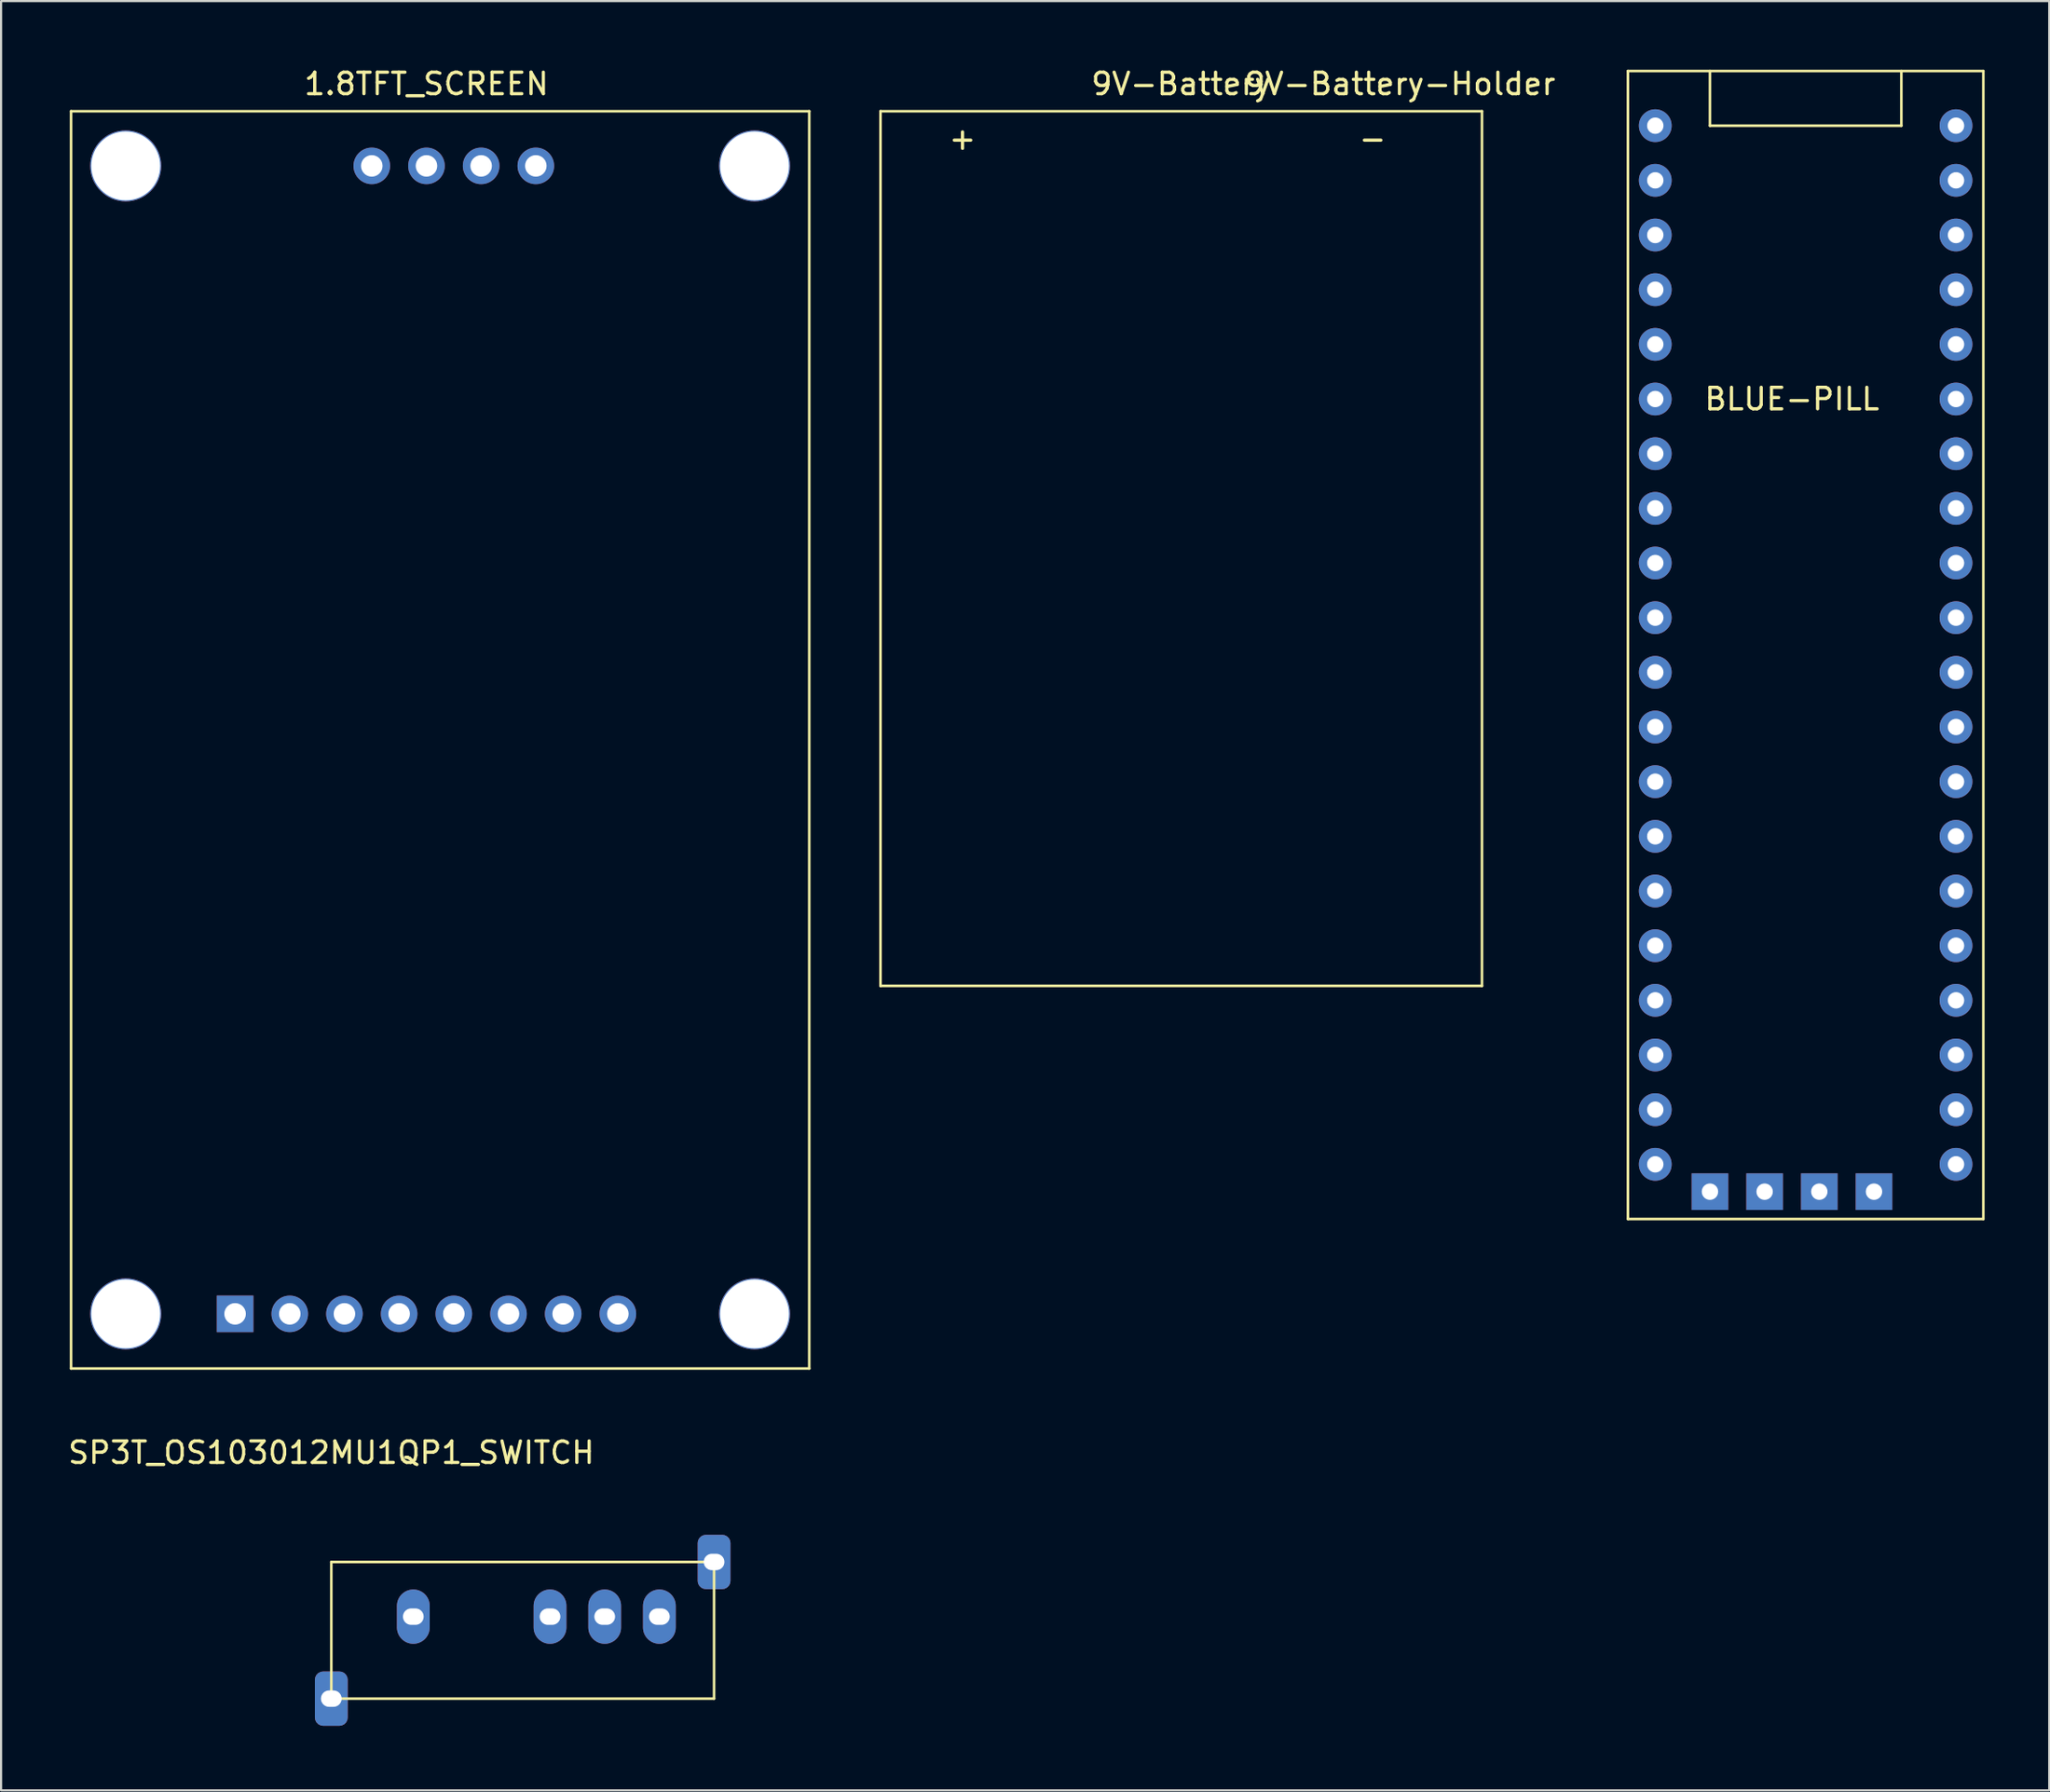
<source format=kicad_pcb>
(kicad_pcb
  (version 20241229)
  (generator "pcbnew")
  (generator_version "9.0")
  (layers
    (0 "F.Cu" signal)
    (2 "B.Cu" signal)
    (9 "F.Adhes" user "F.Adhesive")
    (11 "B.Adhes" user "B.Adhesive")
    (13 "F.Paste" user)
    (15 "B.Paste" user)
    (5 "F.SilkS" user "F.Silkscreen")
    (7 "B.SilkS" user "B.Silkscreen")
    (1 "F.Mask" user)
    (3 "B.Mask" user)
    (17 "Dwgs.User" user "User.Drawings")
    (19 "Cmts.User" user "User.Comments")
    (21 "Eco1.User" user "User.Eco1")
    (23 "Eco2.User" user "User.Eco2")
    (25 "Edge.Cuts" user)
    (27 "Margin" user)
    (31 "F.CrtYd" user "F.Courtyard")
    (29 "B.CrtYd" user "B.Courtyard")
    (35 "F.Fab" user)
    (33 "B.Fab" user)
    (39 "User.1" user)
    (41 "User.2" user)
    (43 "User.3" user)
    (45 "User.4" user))
  (footprint "SP3T_OS103012MU1QP1_SWITCH"
    (layer "F.Cu")
    (at 12.339 69.526)
    (property "Reference" "SP3T_OS103012MU1QP1_SWITCH" (at 0 -5.08 0) (layer "F.SilkS") (effects (font (size 1 1) (thickness 0.15))))
    (attr through_hole)
    (fp_line (start 0 0) (end 17.78 0) (stroke (width 0.12) (type solid)) (layer "F.SilkS"))
    (fp_line (start 0 6.35) (end 0 0) (stroke (width 0.12) (type solid)) (layer "F.SilkS"))
    (fp_line (start 17.78 0) (end 17.78 6.35) (stroke (width 0.12) (type solid)) (layer "F.SilkS"))
    (fp_line (start 17.78 6.35) (end 0 6.35) (stroke (width 0.12) (type solid)) (layer "F.SilkS"))
    (pad "" np_thru_hole roundrect (at 0 6.35) (size 1.524 2.524) (drill oval 0.962 0.762) (layers "*.Cu" "*.Mask") (roundrect_rratio 0.25))
    (pad "" np_thru_hole roundrect (at 17.78 0) (size 1.524 2.524) (drill oval 0.962 0.762) (layers "*.Cu" "*.Mask") (roundrect_rratio 0.25))
    (pad "1" thru_hole oval (at 10.16 2.54) (size 1.524 2.524) (drill oval 0.962 0.762) (layers "*.Cu" "*.Mask"))
    (pad "2" thru_hole oval (at 12.7 2.54) (size 1.524 2.524) (drill oval 0.962 0.762) (layers "*.Cu" "*.Mask"))
    (pad "3" thru_hole oval (at 3.81 2.54) (size 1.524 2.524) (drill oval 0.962 0.762) (layers "*.Cu" "*.Mask"))
    (pad "4" thru_hole oval (at 15.24 2.54) (size 1.524 2.524) (drill oval 0.962 0.762) (layers "*.Cu" "*.Mask")))
  (footprint "BLUE-PILL"
    (layer "F.Cu")
    (at 72.569 0.25)
    (property "Reference" "BLUE-PILL" (at 7.62 15.24 0) (layer "F.SilkS") (effects (font (size 1 1) (thickness 0.15))))
    (attr through_hole)
    (fp_line (start 0 0) (end 16.51 0) (stroke (width 0.12) (type solid)) (layer "F.SilkS"))
    (fp_line (start 0 53.34) (end 0 0) (stroke (width 0.12) (type solid)) (layer "F.SilkS"))
    (fp_line (start 3.81 2.54) (end 3.81 0) (stroke (width 0.12) (type solid)) (layer "F.SilkS"))
    (fp_line (start 12.7 0) (end 12.7 2.54) (stroke (width 0.12) (type solid)) (layer "F.SilkS"))
    (fp_line (start 12.7 2.54) (end 3.81 2.54) (stroke (width 0.12) (type solid)) (layer "F.SilkS"))
    (fp_line (start 16.51 0) (end 16.51 53.34) (stroke (width 0.12) (type solid)) (layer "F.SilkS"))
    (fp_line (start 16.51 53.34) (end 0 53.34) (stroke (width 0.12) (type solid)) (layer "F.SilkS"))
    (pad "1" thru_hole circle (at 1.27 2.54) (size 1.524 1.524) (drill 0.762) (layers "*.Cu" "*.Mask"))
    (pad "2" thru_hole circle (at 1.27 5.08) (size 1.524 1.524) (drill 0.762) (layers "*.Cu" "*.Mask"))
    (pad "3" thru_hole circle (at 1.27 7.62) (size 1.524 1.524) (drill 0.762) (layers "*.Cu" "*.Mask"))
    (pad "4" thru_hole circle (at 1.27 10.16) (size 1.524 1.524) (drill 0.762) (layers "*.Cu" "*.Mask"))
    (pad "5" thru_hole circle (at 1.27 12.7) (size 1.524 1.524) (drill 0.762) (layers "*.Cu" "*.Mask"))
    (pad "6" thru_hole circle (at 1.27 15.24) (size 1.524 1.524) (drill 0.762) (layers "*.Cu" "*.Mask"))
    (pad "7" thru_hole circle (at 1.27 17.78) (size 1.524 1.524) (drill 0.762) (layers "*.Cu" "*.Mask"))
    (pad "8" thru_hole circle (at 1.27 20.32) (size 1.524 1.524) (drill 0.762) (layers "*.Cu" "*.Mask"))
    (pad "9" thru_hole circle (at 1.27 22.86) (size 1.524 1.524) (drill 0.762) (layers "*.Cu" "*.Mask"))
    (pad "10" thru_hole circle (at 1.27 25.4) (size 1.524 1.524) (drill 0.762) (layers "*.Cu" "*.Mask"))
    (pad "11" thru_hole circle (at 1.27 27.94) (size 1.524 1.524) (drill 0.762) (layers "*.Cu" "*.Mask"))
    (pad "12" thru_hole circle (at 1.27 30.48) (size 1.524 1.524) (drill 0.762) (layers "*.Cu" "*.Mask"))
    (pad "13" thru_hole circle (at 1.27 33.02) (size 1.524 1.524) (drill 0.762) (layers "*.Cu" "*.Mask"))
    (pad "14" thru_hole circle (at 1.27 35.56) (size 1.524 1.524) (drill 0.762) (layers "*.Cu" "*.Mask"))
    (pad "15" thru_hole circle (at 1.27 38.1) (size 1.524 1.524) (drill 0.762) (layers "*.Cu" "*.Mask"))
    (pad "16" thru_hole circle (at 1.27 40.64) (size 1.524 1.524) (drill 0.762) (layers "*.Cu" "*.Mask"))
    (pad "17" thru_hole circle (at 1.27 43.18) (size 1.524 1.524) (drill 0.762) (layers "*.Cu" "*.Mask"))
    (pad "18" thru_hole circle (at 1.27 45.72) (size 1.524 1.524) (drill 0.762) (layers "*.Cu" "*.Mask"))
    (pad "19" thru_hole circle (at 1.27 48.26) (size 1.524 1.524) (drill 0.762) (layers "*.Cu" "*.Mask"))
    (pad "20" thru_hole circle (at 1.27 50.8) (size 1.524 1.524) (drill 0.762) (layers "*.Cu" "*.Mask"))
    (pad "21" thru_hole circle (at 15.24 50.8) (size 1.524 1.524) (drill 0.762) (layers "*.Cu" "*.Mask"))
    (pad "22" thru_hole circle (at 15.24 48.26) (size 1.524 1.524) (drill 0.762) (layers "*.Cu" "*.Mask"))
    (pad "23" thru_hole circle (at 15.24 45.72) (size 1.524 1.524) (drill 0.762) (layers "*.Cu" "*.Mask"))
    (pad "24" thru_hole circle (at 15.24 43.18) (size 1.524 1.524) (drill 0.762) (layers "*.Cu" "*.Mask"))
    (pad "25" thru_hole circle (at 15.24 40.64) (size 1.524 1.524) (drill 0.762) (layers "*.Cu" "*.Mask"))
    (pad "26" thru_hole circle (at 15.24 38.1) (size 1.524 1.524) (drill 0.762) (layers "*.Cu" "*.Mask"))
    (pad "27" thru_hole circle (at 15.24 35.56) (size 1.524 1.524) (drill 0.762) (layers "*.Cu" "*.Mask"))
    (pad "28" thru_hole circle (at 15.24 33.02) (size 1.524 1.524) (drill 0.762) (layers "*.Cu" "*.Mask"))
    (pad "29" thru_hole circle (at 15.24 30.48) (size 1.524 1.524) (drill 0.762) (layers "*.Cu" "*.Mask"))
    (pad "30" thru_hole circle (at 15.24 27.94) (size 1.524 1.524) (drill 0.762) (layers "*.Cu" "*.Mask"))
    (pad "31" thru_hole circle (at 15.24 25.4) (size 1.524 1.524) (drill 0.762) (layers "*.Cu" "*.Mask"))
    (pad "32" thru_hole circle (at 15.24 22.86) (size 1.524 1.524) (drill 0.762) (layers "*.Cu" "*.Mask"))
    (pad "33" thru_hole circle (at 15.24 20.32) (size 1.524 1.524) (drill 0.762) (layers "*.Cu" "*.Mask"))
    (pad "34" thru_hole circle (at 15.24 17.78) (size 1.524 1.524) (drill 0.762) (layers "*.Cu" "*.Mask"))
    (pad "35" thru_hole circle (at 15.24 15.24) (size 1.524 1.524) (drill 0.762) (layers "*.Cu" "*.Mask"))
    (pad "36" thru_hole circle (at 15.24 12.7) (size 1.524 1.524) (drill 0.762) (layers "*.Cu" "*.Mask"))
    (pad "37" thru_hole circle (at 15.24 10.16) (size 1.524 1.524) (drill 0.762) (layers "*.Cu" "*.Mask"))
    (pad "38" thru_hole circle (at 15.24 7.62) (size 1.524 1.524) (drill 0.762) (layers "*.Cu" "*.Mask"))
    (pad "39" thru_hole circle (at 15.24 5.08) (size 1.524 1.524) (drill 0.762) (layers "*.Cu" "*.Mask"))
    (pad "40" thru_hole circle (at 15.24 2.54) (size 1.524 1.524) (drill 0.762) (layers "*.Cu" "*.Mask"))
    (pad "41" thru_hole rect (at 3.81 52.07) (size 1.7 1.7) (drill 0.762) (layers "*.Cu" "*.Mask"))
    (pad "42" thru_hole rect (at 6.35 52.07) (size 1.7 1.7) (drill 0.762) (layers "*.Cu" "*.Mask"))
    (pad "43" thru_hole rect (at 8.89 52.07) (size 1.7 1.7) (drill 0.762) (layers "*.Cu" "*.Mask"))
    (pad "44" thru_hole rect (at 11.43 52.07) (size 1.7 1.7) (drill 0.762) (layers "*.Cu" "*.Mask")))
  (footprint "1.8TFT_SCREEN"
    (layer "F.Cu")
    (at 0.25 2.118)
    (property "Reference" "1.8TFT_SCREEN" (at 16.51 -1.27 0) (layer "F.SilkS") (effects (font (size 1 1) (thickness 0.15))))
    (attr through_hole)
    (fp_line (start 0 0) (end 34.29 0) (stroke (width 0.12) (type solid)) (layer "F.SilkS"))
    (fp_line (start 0 58.42) (end 0 0) (stroke (width 0.12) (type solid)) (layer "F.SilkS"))
    (fp_line (start 34.29 0) (end 34.29 58.42) (stroke (width 0.12) (type solid)) (layer "F.SilkS"))
    (fp_line (start 34.29 58.42) (end 0 58.42) (stroke (width 0.12) (type solid)) (layer "F.SilkS"))
    (pad "1" thru_hole circle (at 13.97 2.54) (size 1.7 1.7) (drill 1) (layers "*.Cu" "*.Mask"))
    (pad "2" thru_hole circle (at 16.51 2.54) (size 1.7 1.7) (drill 1) (layers "*.Cu" "*.Mask"))
    (pad "3" thru_hole circle (at 19.05 2.54) (size 1.7 1.7) (drill 1) (layers "*.Cu" "*.Mask"))
    (pad "4" thru_hole circle (at 21.59 2.54) (size 1.7 1.7) (drill 1) (layers "*.Cu" "*.Mask"))
    (pad "5" thru_hole rect (at 7.62 55.88) (size 1.7 1.7) (drill 1) (layers "*.Cu" "*.Mask"))
    (pad "6" thru_hole circle (at 10.16 55.88) (size 1.7 1.7) (drill 1) (layers "*.Cu" "*.Mask"))
    (pad "7" thru_hole circle (at 12.7 55.88) (size 1.7 1.7) (drill 1) (layers "*.Cu" "*.Mask"))
    (pad "8" thru_hole circle (at 15.24 55.88) (size 1.7 1.7) (drill 1) (layers "*.Cu" "*.Mask"))
    (pad "9" thru_hole circle (at 17.78 55.88) (size 1.7 1.7) (drill 1) (layers "*.Cu" "*.Mask"))
    (pad "10" thru_hole circle (at 20.32 55.88) (size 1.7 1.7) (drill 1) (layers "*.Cu" "*.Mask"))
    (pad "11" thru_hole circle (at 22.86 55.88) (size 1.7 1.7) (drill 1) (layers "*.Cu" "*.Mask"))
    (pad "12" thru_hole circle (at 25.4 55.88) (size 1.7 1.7) (drill 1) (layers "*.Cu" "*.Mask"))
    (pad "13" thru_hole circle (at 2.54 2.54) (size 3.3 3.3) (drill 3.2) (layers "*.Cu" "*.Mask"))
    (pad "14" thru_hole circle (at 31.75 2.54) (size 3.3 3.3) (drill 3.2) (layers "*.Cu" "*.Mask"))
    (pad "15" thru_hole circle (at 31.75 55.88) (size 3.3 3.3) (drill 3.2) (layers "*.Cu" "*.Mask"))
    (pad "16" thru_hole circle (at 2.54 55.88) (size 3.3 3.3) (drill 3.2) (layers "*.Cu" "*.Mask")))
  (footprint "9V-Battery-Holder"
    (layer "F.Cu")
    (at 37.85 2.118)
    (property "Reference" "9V-Battery-Holder" (at 24.13 -1.27 0) (layer "F.SilkS") (effects (font (size 1 1) (thickness 0.15))))
    (attr through_hole)
    (fp_line (start 0 0) (end 0 40.64) (stroke (width 0.12) (type solid)) (layer "F.SilkS"))
    (fp_line (start 0 40.64) (end 27.94 40.64) (stroke (width 0.12) (type solid)) (layer "F.SilkS"))
    (fp_line (start 27.94 0) (end 0 0) (stroke (width 0.12) (type solid)) (layer "F.SilkS"))
    (fp_line (start 27.94 40.64) (end 27.94 0) (stroke (width 0.12) (type solid)) (layer "F.SilkS"))
    (fp_text user "-" (at 22.86 1.27 0) (layer "F.SilkS") (effects (font (size 1 1) (thickness 0.15))))
    (fp_text user "+" (at 3.81 1.27 0) (layer "F.SilkS") (effects (font (size 1 1) (thickness 0.15))))
    (fp_text user "9V-Battery" (at 13.97 -1.27 0) (layer "F.SilkS") (effects (font (size 1 1) (thickness 0.15)))))
  (gr_rect
    (start -3 -3)
    (end 92.139 80.138)
    (stroke (width 0.1) (type default))
    (fill no)
    (layer "Edge.Cuts")))
</source>
